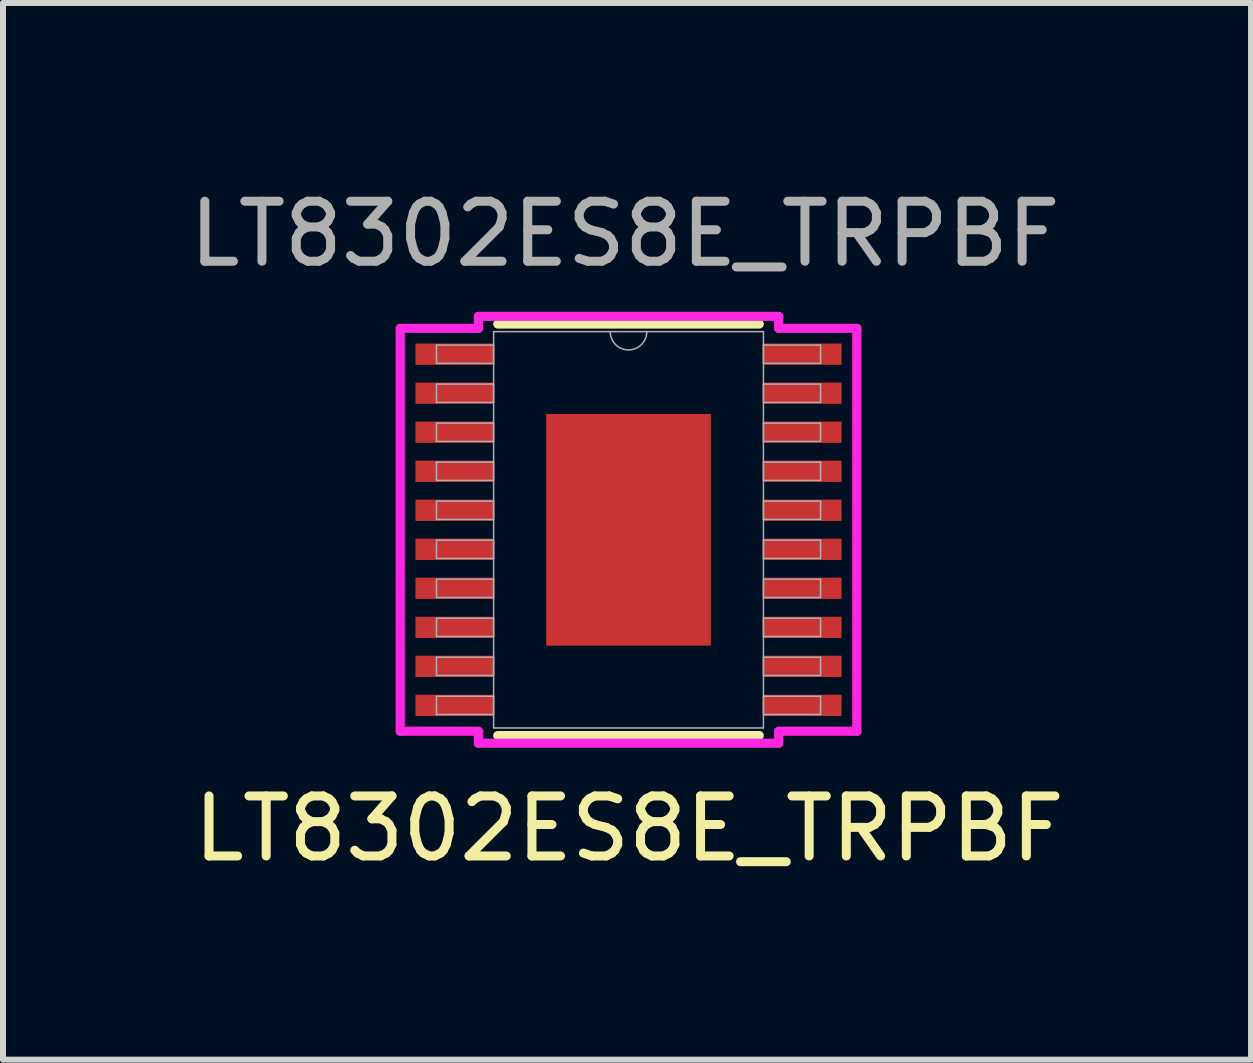
<source format=kicad_pcb>
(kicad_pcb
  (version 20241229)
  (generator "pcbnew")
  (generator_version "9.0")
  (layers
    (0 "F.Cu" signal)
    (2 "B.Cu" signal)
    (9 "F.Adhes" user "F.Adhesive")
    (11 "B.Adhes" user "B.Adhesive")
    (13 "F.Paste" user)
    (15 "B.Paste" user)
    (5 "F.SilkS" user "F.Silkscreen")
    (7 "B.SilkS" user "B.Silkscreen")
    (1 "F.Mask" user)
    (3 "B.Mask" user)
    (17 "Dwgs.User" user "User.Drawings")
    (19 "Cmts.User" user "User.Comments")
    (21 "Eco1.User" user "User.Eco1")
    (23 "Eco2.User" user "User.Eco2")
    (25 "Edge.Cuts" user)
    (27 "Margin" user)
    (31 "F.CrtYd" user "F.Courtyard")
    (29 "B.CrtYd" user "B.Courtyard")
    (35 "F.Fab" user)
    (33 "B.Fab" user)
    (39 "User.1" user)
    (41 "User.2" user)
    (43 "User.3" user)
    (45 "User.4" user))
  (footprint "LT8302ES8E_TRPBF"
    (layer "F.Cu")
    (at 7.423 5.778)
    (property "Reference" "LT8302ES8E_TRPBF" (at 0.01 4.98 0) (unlocked yes) (layer "F.SilkS") (effects (font (size 1 1) (thickness 0.15))))
    (attr smd)
    (fp_line (start -2.179 3.429) (end 2.179 3.429) (stroke (width 0.152) (type solid)) (layer "F.SilkS"))
    (fp_line (start 2.179 -3.429) (end -2.179 -3.429) (stroke (width 0.152) (type solid)) (layer "F.SilkS"))
    (fp_poly (pts (xy -1.272 -1.83) (xy -1.272 -0.743) (xy -0.1 -0.743) (xy -0.1 -1.83)) (stroke (width 0) (type solid)) (fill yes) (layer "F.Paste"))
    (fp_poly (pts (xy -1.272 -0.543) (xy -1.272 0.543) (xy -0.1 0.543) (xy -0.1 -0.543)) (stroke (width 0) (type solid)) (fill yes) (layer "F.Paste"))
    (fp_poly (pts (xy -1.272 0.743) (xy -1.272 1.83) (xy -0.1 1.83) (xy -0.1 0.743)) (stroke (width 0) (type solid)) (fill yes) (layer "F.Paste"))
    (fp_poly (pts (xy 0.1 -1.83) (xy 0.1 -0.743) (xy 1.272 -0.743) (xy 1.272 -1.83)) (stroke (width 0) (type solid)) (fill yes) (layer "F.Paste"))
    (fp_poly (pts (xy 0.1 -0.543) (xy 0.1 0.543) (xy 1.272 0.543) (xy 1.272 -0.543)) (stroke (width 0) (type solid)) (fill yes) (layer "F.Paste"))
    (fp_poly (pts (xy 0.1 0.743) (xy 0.1 1.83) (xy 1.272 1.83) (xy 1.272 0.743)) (stroke (width 0) (type solid)) (fill yes) (layer "F.Paste"))
    (fp_line (start -3.804 -3.357) (end -2.502 -3.357) (stroke (width 0.152) (type solid)) (layer "F.CrtYd"))
    (fp_line (start -3.804 3.357) (end -3.804 -3.357) (stroke (width 0.152) (type solid)) (layer "F.CrtYd"))
    (fp_line (start -3.804 3.357) (end -2.502 3.357) (stroke (width 0.152) (type solid)) (layer "F.CrtYd"))
    (fp_line (start -2.502 -3.556) (end 2.502 -3.556) (stroke (width 0.152) (type solid)) (layer "F.CrtYd"))
    (fp_line (start -2.502 -3.357) (end -2.502 -3.556) (stroke (width 0.152) (type solid)) (layer "F.CrtYd"))
    (fp_line (start -2.502 3.556) (end -2.502 3.357) (stroke (width 0.152) (type solid)) (layer "F.CrtYd"))
    (fp_line (start 2.502 -3.556) (end 2.502 -3.357) (stroke (width 0.152) (type solid)) (layer "F.CrtYd"))
    (fp_line (start 2.502 3.357) (end 2.502 3.556) (stroke (width 0.152) (type solid)) (layer "F.CrtYd"))
    (fp_line (start 2.502 3.556) (end -2.502 3.556) (stroke (width 0.152) (type solid)) (layer "F.CrtYd"))
    (fp_line (start 3.804 -3.357) (end 2.502 -3.357) (stroke (width 0.152) (type solid)) (layer "F.CrtYd"))
    (fp_line (start 3.804 -3.357) (end 3.804 3.357) (stroke (width 0.152) (type solid)) (layer "F.CrtYd"))
    (fp_line (start 3.804 3.357) (end 2.502 3.357) (stroke (width 0.152) (type solid)) (layer "F.CrtYd"))
    (fp_line (start -3.2 -3.078) (end -3.2 -2.774) (stroke (width 0.025) (type solid)) (layer "F.Fab"))
    (fp_line (start -3.2 -2.774) (end -2.248 -2.774) (stroke (width 0.025) (type solid)) (layer "F.Fab"))
    (fp_line (start -3.2 -2.428) (end -3.2 -2.123) (stroke (width 0.025) (type solid)) (layer "F.Fab"))
    (fp_line (start -3.2 -2.123) (end -2.248 -2.123) (stroke (width 0.025) (type solid)) (layer "F.Fab"))
    (fp_line (start -3.2 -1.778) (end -3.2 -1.473) (stroke (width 0.025) (type solid)) (layer "F.Fab"))
    (fp_line (start -3.2 -1.473) (end -2.248 -1.473) (stroke (width 0.025) (type solid)) (layer "F.Fab"))
    (fp_line (start -3.2 -1.128) (end -3.2 -0.823) (stroke (width 0.025) (type solid)) (layer "F.Fab"))
    (fp_line (start -3.2 -0.823) (end -2.248 -0.823) (stroke (width 0.025) (type solid)) (layer "F.Fab"))
    (fp_line (start -3.2 -0.478) (end -3.2 -0.173) (stroke (width 0.025) (type solid)) (layer "F.Fab"))
    (fp_line (start -3.2 -0.173) (end -2.248 -0.173) (stroke (width 0.025) (type solid)) (layer "F.Fab"))
    (fp_line (start -3.2 0.173) (end -3.2 0.478) (stroke (width 0.025) (type solid)) (layer "F.Fab"))
    (fp_line (start -3.2 0.478) (end -2.248 0.478) (stroke (width 0.025) (type solid)) (layer "F.Fab"))
    (fp_line (start -3.2 0.823) (end -3.2 1.128) (stroke (width 0.025) (type solid)) (layer "F.Fab"))
    (fp_line (start -3.2 1.128) (end -2.248 1.128) (stroke (width 0.025) (type solid)) (layer "F.Fab"))
    (fp_line (start -3.2 1.473) (end -3.2 1.778) (stroke (width 0.025) (type solid)) (layer "F.Fab"))
    (fp_line (start -3.2 1.778) (end -2.248 1.778) (stroke (width 0.025) (type solid)) (layer "F.Fab"))
    (fp_line (start -3.2 2.123) (end -3.2 2.428) (stroke (width 0.025) (type solid)) (layer "F.Fab"))
    (fp_line (start -3.2 2.428) (end -2.248 2.428) (stroke (width 0.025) (type solid)) (layer "F.Fab"))
    (fp_line (start -3.2 2.774) (end -3.2 3.078) (stroke (width 0.025) (type solid)) (layer "F.Fab"))
    (fp_line (start -3.2 3.078) (end -2.248 3.078) (stroke (width 0.025) (type solid)) (layer "F.Fab"))
    (fp_line (start -2.248 -3.302) (end -2.248 3.302) (stroke (width 0.025) (type solid)) (layer "F.Fab"))
    (fp_line (start -2.248 -3.078) (end -3.2 -3.078) (stroke (width 0.025) (type solid)) (layer "F.Fab"))
    (fp_line (start -2.248 -2.774) (end -2.248 -3.078) (stroke (width 0.025) (type solid)) (layer "F.Fab"))
    (fp_line (start -2.248 -2.428) (end -3.2 -2.428) (stroke (width 0.025) (type solid)) (layer "F.Fab"))
    (fp_line (start -2.248 -2.123) (end -2.248 -2.428) (stroke (width 0.025) (type solid)) (layer "F.Fab"))
    (fp_line (start -2.248 -1.778) (end -3.2 -1.778) (stroke (width 0.025) (type solid)) (layer "F.Fab"))
    (fp_line (start -2.248 -1.473) (end -2.248 -1.778) (stroke (width 0.025) (type solid)) (layer "F.Fab"))
    (fp_line (start -2.248 -1.128) (end -3.2 -1.128) (stroke (width 0.025) (type solid)) (layer "F.Fab"))
    (fp_line (start -2.248 -0.823) (end -2.248 -1.128) (stroke (width 0.025) (type solid)) (layer "F.Fab"))
    (fp_line (start -2.248 -0.478) (end -3.2 -0.478) (stroke (width 0.025) (type solid)) (layer "F.Fab"))
    (fp_line (start -2.248 -0.173) (end -2.248 -0.478) (stroke (width 0.025) (type solid)) (layer "F.Fab"))
    (fp_line (start -2.248 0.173) (end -3.2 0.173) (stroke (width 0.025) (type solid)) (layer "F.Fab"))
    (fp_line (start -2.248 0.478) (end -2.248 0.173) (stroke (width 0.025) (type solid)) (layer "F.Fab"))
    (fp_line (start -2.248 0.823) (end -3.2 0.823) (stroke (width 0.025) (type solid)) (layer "F.Fab"))
    (fp_line (start -2.248 1.128) (end -2.248 0.823) (stroke (width 0.025) (type solid)) (layer "F.Fab"))
    (fp_line (start -2.248 1.473) (end -3.2 1.473) (stroke (width 0.025) (type solid)) (layer "F.Fab"))
    (fp_line (start -2.248 1.778) (end -2.248 1.473) (stroke (width 0.025) (type solid)) (layer "F.Fab"))
    (fp_line (start -2.248 2.123) (end -3.2 2.123) (stroke (width 0.025) (type solid)) (layer "F.Fab"))
    (fp_line (start -2.248 2.428) (end -2.248 2.123) (stroke (width 0.025) (type solid)) (layer "F.Fab"))
    (fp_line (start -2.248 2.774) (end -3.2 2.774) (stroke (width 0.025) (type solid)) (layer "F.Fab"))
    (fp_line (start -2.248 3.078) (end -2.248 2.774) (stroke (width 0.025) (type solid)) (layer "F.Fab"))
    (fp_line (start -2.248 3.302) (end 2.248 3.302) (stroke (width 0.025) (type solid)) (layer "F.Fab"))
    (fp_line (start 2.248 -3.302) (end -2.248 -3.302) (stroke (width 0.025) (type solid)) (layer "F.Fab"))
    (fp_line (start 2.248 -3.078) (end 2.248 -2.774) (stroke (width 0.025) (type solid)) (layer "F.Fab"))
    (fp_line (start 2.248 -2.774) (end 3.2 -2.774) (stroke (width 0.025) (type solid)) (layer "F.Fab"))
    (fp_line (start 2.248 -2.428) (end 2.248 -2.123) (stroke (width 0.025) (type solid)) (layer "F.Fab"))
    (fp_line (start 2.248 -2.123) (end 3.2 -2.123) (stroke (width 0.025) (type solid)) (layer "F.Fab"))
    (fp_line (start 2.248 -1.778) (end 2.248 -1.473) (stroke (width 0.025) (type solid)) (layer "F.Fab"))
    (fp_line (start 2.248 -1.473) (end 3.2 -1.473) (stroke (width 0.025) (type solid)) (layer "F.Fab"))
    (fp_line (start 2.248 -1.128) (end 2.248 -0.823) (stroke (width 0.025) (type solid)) (layer "F.Fab"))
    (fp_line (start 2.248 -0.823) (end 3.2 -0.823) (stroke (width 0.025) (type solid)) (layer "F.Fab"))
    (fp_line (start 2.248 -0.478) (end 2.248 -0.173) (stroke (width 0.025) (type solid)) (layer "F.Fab"))
    (fp_line (start 2.248 -0.173) (end 3.2 -0.173) (stroke (width 0.025) (type solid)) (layer "F.Fab"))
    (fp_line (start 2.248 0.173) (end 2.248 0.478) (stroke (width 0.025) (type solid)) (layer "F.Fab"))
    (fp_line (start 2.248 0.478) (end 3.2 0.478) (stroke (width 0.025) (type solid)) (layer "F.Fab"))
    (fp_line (start 2.248 0.823) (end 2.248 1.128) (stroke (width 0.025) (type solid)) (layer "F.Fab"))
    (fp_line (start 2.248 1.128) (end 3.2 1.128) (stroke (width 0.025) (type solid)) (layer "F.Fab"))
    (fp_line (start 2.248 1.473) (end 2.248 1.778) (stroke (width 0.025) (type solid)) (layer "F.Fab"))
    (fp_line (start 2.248 1.778) (end 3.2 1.778) (stroke (width 0.025) (type solid)) (layer "F.Fab"))
    (fp_line (start 2.248 2.123) (end 2.248 2.428) (stroke (width 0.025) (type solid)) (layer "F.Fab"))
    (fp_line (start 2.248 2.428) (end 3.2 2.428) (stroke (width 0.025) (type solid)) (layer "F.Fab"))
    (fp_line (start 2.248 2.774) (end 2.248 3.078) (stroke (width 0.025) (type solid)) (layer "F.Fab"))
    (fp_line (start 2.248 3.078) (end 3.2 3.078) (stroke (width 0.025) (type solid)) (layer "F.Fab"))
    (fp_line (start 2.248 3.302) (end 2.248 -3.302) (stroke (width 0.025) (type solid)) (layer "F.Fab"))
    (fp_line (start 3.2 -3.078) (end 2.248 -3.078) (stroke (width 0.025) (type solid)) (layer "F.Fab"))
    (fp_line (start 3.2 -2.774) (end 3.2 -3.078) (stroke (width 0.025) (type solid)) (layer "F.Fab"))
    (fp_line (start 3.2 -2.428) (end 2.248 -2.428) (stroke (width 0.025) (type solid)) (layer "F.Fab"))
    (fp_line (start 3.2 -2.123) (end 3.2 -2.428) (stroke (width 0.025) (type solid)) (layer "F.Fab"))
    (fp_line (start 3.2 -1.778) (end 2.248 -1.778) (stroke (width 0.025) (type solid)) (layer "F.Fab"))
    (fp_line (start 3.2 -1.473) (end 3.2 -1.778) (stroke (width 0.025) (type solid)) (layer "F.Fab"))
    (fp_line (start 3.2 -1.128) (end 2.248 -1.128) (stroke (width 0.025) (type solid)) (layer "F.Fab"))
    (fp_line (start 3.2 -0.823) (end 3.2 -1.128) (stroke (width 0.025) (type solid)) (layer "F.Fab"))
    (fp_line (start 3.2 -0.478) (end 2.248 -0.478) (stroke (width 0.025) (type solid)) (layer "F.Fab"))
    (fp_line (start 3.2 -0.173) (end 3.2 -0.478) (stroke (width 0.025) (type solid)) (layer "F.Fab"))
    (fp_line (start 3.2 0.173) (end 2.248 0.173) (stroke (width 0.025) (type solid)) (layer "F.Fab"))
    (fp_line (start 3.2 0.478) (end 3.2 0.173) (stroke (width 0.025) (type solid)) (layer "F.Fab"))
    (fp_line (start 3.2 0.823) (end 2.248 0.823) (stroke (width 0.025) (type solid)) (layer "F.Fab"))
    (fp_line (start 3.2 1.128) (end 3.2 0.823) (stroke (width 0.025) (type solid)) (layer "F.Fab"))
    (fp_line (start 3.2 1.473) (end 2.248 1.473) (stroke (width 0.025) (type solid)) (layer "F.Fab"))
    (fp_line (start 3.2 1.778) (end 3.2 1.473) (stroke (width 0.025) (type solid)) (layer "F.Fab"))
    (fp_line (start 3.2 2.123) (end 2.248 2.123) (stroke (width 0.025) (type solid)) (layer "F.Fab"))
    (fp_line (start 3.2 2.428) (end 3.2 2.123) (stroke (width 0.025) (type solid)) (layer "F.Fab"))
    (fp_line (start 3.2 2.774) (end 2.248 2.774) (stroke (width 0.025) (type solid)) (layer "F.Fab"))
    (fp_line (start 3.2 3.078) (end 3.2 2.774) (stroke (width 0.025) (type solid)) (layer "F.Fab"))
    (fp_arc (start 0.3048 -3.302) (mid 0 -2.9972) (end -0.3048 -3.302) (stroke (width 0.0254) (type solid)) (layer "F.Fab"))
    (fp_text user "${REFERENCE}" (at -0.06 -4.93 0) (unlocked yes) (layer "F.Fab") (effects (font (size 1 1) (thickness 0.15))))
    (pad "1" smd rect (at -2.899 -2.926) (size 1.302 0.355) (layers "F.Cu" "F.Mask" "F.Paste"))
    (pad "2" smd rect (at -2.899 -2.276) (size 1.302 0.355) (layers "F.Cu" "F.Mask" "F.Paste"))
    (pad "3" smd rect (at -2.899 -1.626) (size 1.302 0.355) (layers "F.Cu" "F.Mask" "F.Paste"))
    (pad "4" smd rect (at -2.899 -0.975) (size 1.302 0.355) (layers "F.Cu" "F.Mask" "F.Paste"))
    (pad "5" smd rect (at -2.899 -0.325) (size 1.302 0.355) (layers "F.Cu" "F.Mask" "F.Paste"))
    (pad "6" smd rect (at -2.899 0.325) (size 1.302 0.355) (layers "F.Cu" "F.Mask" "F.Paste"))
    (pad "7" smd rect (at -2.899 0.975) (size 1.302 0.355) (layers "F.Cu" "F.Mask" "F.Paste"))
    (pad "8" smd rect (at -2.899 1.626) (size 1.302 0.355) (layers "F.Cu" "F.Mask" "F.Paste"))
    (pad "9" smd rect (at -2.899 2.276) (size 1.302 0.355) (layers "F.Cu" "F.Mask" "F.Paste"))
    (pad "10" smd rect (at -2.899 2.926) (size 1.302 0.355) (layers "F.Cu" "F.Mask" "F.Paste"))
    (pad "11" smd rect (at 2.899 2.926) (size 1.302 0.355) (layers "F.Cu" "F.Mask" "F.Paste"))
    (pad "12" smd rect (at 2.899 2.276) (size 1.302 0.355) (layers "F.Cu" "F.Mask" "F.Paste"))
    (pad "13" smd rect (at 2.899 1.626) (size 1.302 0.355) (layers "F.Cu" "F.Mask" "F.Paste"))
    (pad "14" smd rect (at 2.899 0.975) (size 1.302 0.355) (layers "F.Cu" "F.Mask" "F.Paste"))
    (pad "15" smd rect (at 2.899 0.325) (size 1.302 0.355) (layers "F.Cu" "F.Mask" "F.Paste"))
    (pad "16" smd rect (at 2.899 -0.325) (size 1.302 0.355) (layers "F.Cu" "F.Mask" "F.Paste"))
    (pad "17" smd rect (at 2.899 -0.975) (size 1.302 0.355) (layers "F.Cu" "F.Mask" "F.Paste"))
    (pad "18" smd rect (at 2.899 -1.626) (size 1.302 0.355) (layers "F.Cu" "F.Mask" "F.Paste"))
    (pad "19" smd rect (at 2.899 -2.276) (size 1.302 0.355) (layers "F.Cu" "F.Mask" "F.Paste"))
    (pad "20" smd rect (at 2.899 -2.926) (size 1.302 0.355) (layers "F.Cu" "F.Mask" "F.Paste"))
    (pad "EPAD" smd rect (at 0 0) (size 2.743 3.861) (layers "F.Cu" "F.Mask")))
  (gr_rect
    (start -3 -3)
    (end 17.796 14.607)
    (stroke (width 0.1) (type default))
    (fill no)
    (layer "Edge.Cuts")))
</source>
